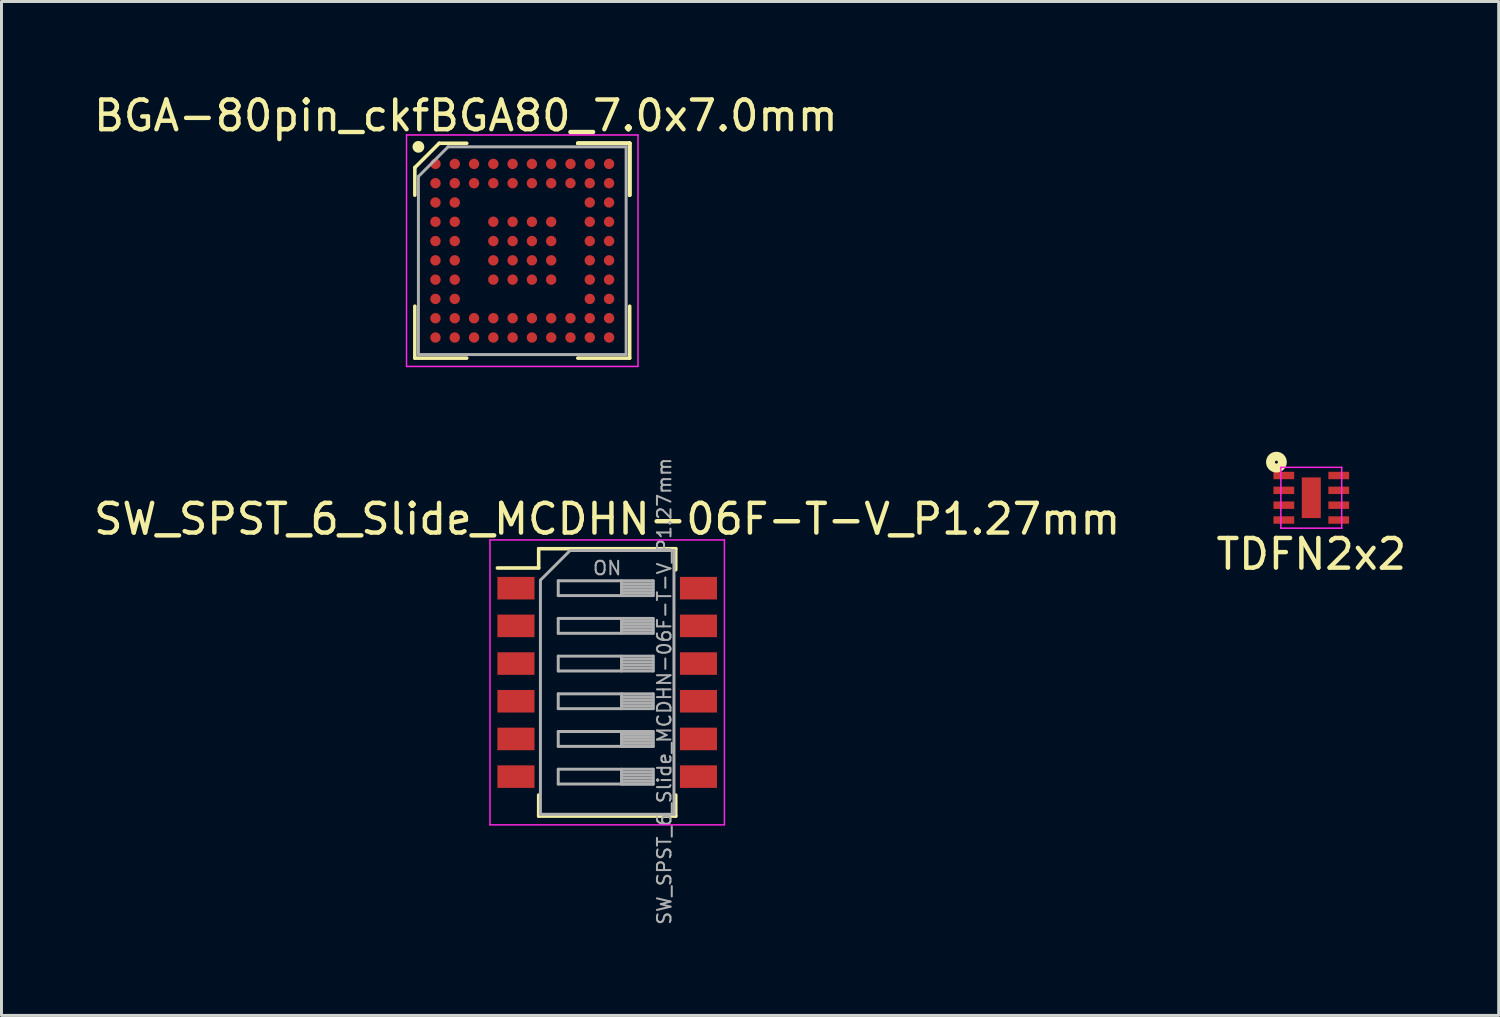
<source format=kicad_pcb>
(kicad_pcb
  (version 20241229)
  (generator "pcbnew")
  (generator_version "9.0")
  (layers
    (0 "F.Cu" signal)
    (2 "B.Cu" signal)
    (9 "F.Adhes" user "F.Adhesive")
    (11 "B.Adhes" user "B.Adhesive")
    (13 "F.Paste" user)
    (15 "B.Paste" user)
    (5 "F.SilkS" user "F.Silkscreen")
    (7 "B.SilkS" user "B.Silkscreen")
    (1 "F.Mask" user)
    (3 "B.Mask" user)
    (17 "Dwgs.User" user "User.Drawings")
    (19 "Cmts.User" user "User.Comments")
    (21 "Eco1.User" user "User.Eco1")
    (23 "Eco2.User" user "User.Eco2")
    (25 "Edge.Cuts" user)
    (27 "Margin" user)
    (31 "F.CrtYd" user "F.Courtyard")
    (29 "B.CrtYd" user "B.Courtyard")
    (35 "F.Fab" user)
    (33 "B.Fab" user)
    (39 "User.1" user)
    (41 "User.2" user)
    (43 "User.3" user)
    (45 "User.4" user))
  (footprint "SW_SPST_6_Slide_MCDHN-06F-T-V_P1.27mm"
    (layer "F.Cu")
    (at 17.411 19.945)
    (property "Reference" "SW_SPST_6_Slide_MCDHN-06F-T-V_P1.27mm" (at 0 -5.505 0) (layer "F.SilkS") (effects (font (size 1 1) (thickness 0.15))))
    (attr smd)
    (fp_line (start -3.7 -3.855) (end -2.309 -3.855) (stroke (width 0.12) (type solid)) (layer "F.SilkS"))
    (fp_line (start -2.309 -4.505) (end -2.309 -3.855) (stroke (width 0.12) (type solid)) (layer "F.SilkS"))
    (fp_line (start -2.309 -4.505) (end 2.31 -4.505) (stroke (width 0.12) (type solid)) (layer "F.SilkS"))
    (fp_line (start -2.309 3.795) (end -2.309 4.505) (stroke (width 0.12) (type solid)) (layer "F.SilkS"))
    (fp_line (start -2.309 4.505) (end 2.31 4.505) (stroke (width 0.12) (type solid)) (layer "F.SilkS"))
    (fp_line (start 2.31 -4.505) (end 2.31 -3.795) (stroke (width 0.12) (type solid)) (layer "F.SilkS"))
    (fp_line (start 2.31 3.795) (end 2.31 4.505) (stroke (width 0.12) (type solid)) (layer "F.SilkS"))
    (fp_line (start -3.95 -4.8) (end -3.95 4.8) (stroke (width 0.05) (type solid)) (layer "F.CrtYd"))
    (fp_line (start -3.95 4.8) (end 3.95 4.8) (stroke (width 0.05) (type solid)) (layer "F.CrtYd"))
    (fp_line (start 3.95 -4.8) (end -3.95 -4.8) (stroke (width 0.05) (type solid)) (layer "F.CrtYd"))
    (fp_line (start 3.95 4.8) (end 3.95 -4.8) (stroke (width 0.05) (type solid)) (layer "F.CrtYd"))
    (fp_line (start -2.25 -3.445) (end -1.25 -4.445) (stroke (width 0.1) (type solid)) (layer "F.Fab"))
    (fp_line (start -2.25 4.445) (end -2.25 -3.445) (stroke (width 0.1) (type solid)) (layer "F.Fab"))
    (fp_line (start -1.65 -3.425) (end 1.55 -3.425) (stroke (width 0.1) (type solid)) (layer "F.Fab"))
    (fp_line (start -1.65 -2.925) (end -1.65 -3.425) (stroke (width 0.1) (type solid)) (layer "F.Fab"))
    (fp_line (start -1.65 -2.155) (end 1.55 -2.155) (stroke (width 0.1) (type solid)) (layer "F.Fab"))
    (fp_line (start -1.65 -1.655) (end -1.65 -2.155) (stroke (width 0.1) (type solid)) (layer "F.Fab"))
    (fp_line (start -1.65 -0.885) (end 1.55 -0.885) (stroke (width 0.1) (type solid)) (layer "F.Fab"))
    (fp_line (start -1.65 -0.385) (end -1.65 -0.885) (stroke (width 0.1) (type solid)) (layer "F.Fab"))
    (fp_line (start -1.65 0.385) (end 1.55 0.385) (stroke (width 0.1) (type solid)) (layer "F.Fab"))
    (fp_line (start -1.65 0.885) (end -1.65 0.385) (stroke (width 0.1) (type solid)) (layer "F.Fab"))
    (fp_line (start -1.65 1.655) (end 1.55 1.655) (stroke (width 0.1) (type solid)) (layer "F.Fab"))
    (fp_line (start -1.65 2.155) (end -1.65 1.655) (stroke (width 0.1) (type solid)) (layer "F.Fab"))
    (fp_line (start -1.65 2.925) (end 1.55 2.925) (stroke (width 0.1) (type solid)) (layer "F.Fab"))
    (fp_line (start -1.65 3.425) (end -1.65 2.925) (stroke (width 0.1) (type solid)) (layer "F.Fab"))
    (fp_line (start -1.25 -4.445) (end 2.25 -4.445) (stroke (width 0.1) (type solid)) (layer "F.Fab"))
    (fp_line (start 0.483 -3.425) (end 0.483 -2.925) (stroke (width 0.1) (type solid)) (layer "F.Fab"))
    (fp_line (start 0.483 -2.155) (end 0.483 -1.655) (stroke (width 0.1) (type solid)) (layer "F.Fab"))
    (fp_line (start 0.483 -0.885) (end 0.483 -0.385) (stroke (width 0.1) (type solid)) (layer "F.Fab"))
    (fp_line (start 0.483 0.385) (end 0.483 0.885) (stroke (width 0.1) (type solid)) (layer "F.Fab"))
    (fp_line (start 0.483 1.655) (end 0.483 2.155) (stroke (width 0.1) (type solid)) (layer "F.Fab"))
    (fp_line (start 0.483 2.925) (end 0.483 3.425) (stroke (width 0.1) (type solid)) (layer "F.Fab"))
    (fp_line (start 1.55 -3.425) (end 1.55 -2.925) (stroke (width 0.1) (type solid)) (layer "F.Fab"))
    (fp_line (start 1.55 -3.325) (end 0.483 -3.325) (stroke (width 0.1) (type solid)) (layer "F.Fab"))
    (fp_line (start 1.55 -3.225) (end 0.483 -3.225) (stroke (width 0.1) (type solid)) (layer "F.Fab"))
    (fp_line (start 1.55 -3.125) (end 0.483 -3.125) (stroke (width 0.1) (type solid)) (layer "F.Fab"))
    (fp_line (start 1.55 -3.025) (end 0.483 -3.025) (stroke (width 0.1) (type solid)) (layer "F.Fab"))
    (fp_line (start 1.55 -2.925) (end -1.65 -2.925) (stroke (width 0.1) (type solid)) (layer "F.Fab"))
    (fp_line (start 1.55 -2.155) (end 1.55 -1.655) (stroke (width 0.1) (type solid)) (layer "F.Fab"))
    (fp_line (start 1.55 -2.055) (end 0.483 -2.055) (stroke (width 0.1) (type solid)) (layer "F.Fab"))
    (fp_line (start 1.55 -1.955) (end 0.483 -1.955) (stroke (width 0.1) (type solid)) (layer "F.Fab"))
    (fp_line (start 1.55 -1.855) (end 0.483 -1.855) (stroke (width 0.1) (type solid)) (layer "F.Fab"))
    (fp_line (start 1.55 -1.755) (end 0.483 -1.755) (stroke (width 0.1) (type solid)) (layer "F.Fab"))
    (fp_line (start 1.55 -1.655) (end -1.65 -1.655) (stroke (width 0.1) (type solid)) (layer "F.Fab"))
    (fp_line (start 1.55 -0.885) (end 1.55 -0.385) (stroke (width 0.1) (type solid)) (layer "F.Fab"))
    (fp_line (start 1.55 -0.785) (end 0.483 -0.785) (stroke (width 0.1) (type solid)) (layer "F.Fab"))
    (fp_line (start 1.55 -0.685) (end 0.483 -0.685) (stroke (width 0.1) (type solid)) (layer "F.Fab"))
    (fp_line (start 1.55 -0.585) (end 0.483 -0.585) (stroke (width 0.1) (type solid)) (layer "F.Fab"))
    (fp_line (start 1.55 -0.485) (end 0.483 -0.485) (stroke (width 0.1) (type solid)) (layer "F.Fab"))
    (fp_line (start 1.55 -0.385) (end -1.65 -0.385) (stroke (width 0.1) (type solid)) (layer "F.Fab"))
    (fp_line (start 1.55 0.385) (end 1.55 0.885) (stroke (width 0.1) (type solid)) (layer "F.Fab"))
    (fp_line (start 1.55 0.485) (end 0.483 0.485) (stroke (width 0.1) (type solid)) (layer "F.Fab"))
    (fp_line (start 1.55 0.585) (end 0.483 0.585) (stroke (width 0.1) (type solid)) (layer "F.Fab"))
    (fp_line (start 1.55 0.685) (end 0.483 0.685) (stroke (width 0.1) (type solid)) (layer "F.Fab"))
    (fp_line (start 1.55 0.785) (end 0.483 0.785) (stroke (width 0.1) (type solid)) (layer "F.Fab"))
    (fp_line (start 1.55 0.885) (end -1.65 0.885) (stroke (width 0.1) (type solid)) (layer "F.Fab"))
    (fp_line (start 1.55 1.655) (end 1.55 2.155) (stroke (width 0.1) (type solid)) (layer "F.Fab"))
    (fp_line (start 1.55 1.755) (end 0.483 1.755) (stroke (width 0.1) (type solid)) (layer "F.Fab"))
    (fp_line (start 1.55 1.855) (end 0.483 1.855) (stroke (width 0.1) (type solid)) (layer "F.Fab"))
    (fp_line (start 1.55 1.955) (end 0.483 1.955) (stroke (width 0.1) (type solid)) (layer "F.Fab"))
    (fp_line (start 1.55 2.055) (end 0.483 2.055) (stroke (width 0.1) (type solid)) (layer "F.Fab"))
    (fp_line (start 1.55 2.155) (end -1.65 2.155) (stroke (width 0.1) (type solid)) (layer "F.Fab"))
    (fp_line (start 1.55 2.155) (end 0.483 2.155) (stroke (width 0.1) (type solid)) (layer "F.Fab"))
    (fp_line (start 1.55 2.925) (end 1.55 3.425) (stroke (width 0.1) (type solid)) (layer "F.Fab"))
    (fp_line (start 1.55 3.025) (end 0.483 3.025) (stroke (width 0.1) (type solid)) (layer "F.Fab"))
    (fp_line (start 1.55 3.125) (end 0.483 3.125) (stroke (width 0.1) (type solid)) (layer "F.Fab"))
    (fp_line (start 1.55 3.225) (end 0.483 3.225) (stroke (width 0.1) (type solid)) (layer "F.Fab"))
    (fp_line (start 1.55 3.325) (end 0.483 3.325) (stroke (width 0.1) (type solid)) (layer "F.Fab"))
    (fp_line (start 1.55 3.425) (end -1.65 3.425) (stroke (width 0.1) (type solid)) (layer "F.Fab"))
    (fp_line (start 1.55 3.425) (end 0.483 3.425) (stroke (width 0.1) (type solid)) (layer "F.Fab"))
    (fp_line (start 2.25 -4.445) (end 2.25 4.445) (stroke (width 0.1) (type solid)) (layer "F.Fab"))
    (fp_line (start 2.25 4.445) (end -2.25 4.445) (stroke (width 0.1) (type solid)) (layer "F.Fab"))
    (fp_text user "${REFERENCE}" (at 1.925 0.3 90) (layer "F.Fab") (effects (font (size 0.455 0.455) (thickness 0.068))))
    (fp_text user "ON" (at 0 -3.85 0) (layer "F.Fab") (effects (font (size 0.455 0.455) (thickness 0.068))))
    (pad "1" smd rect (at -3.075 -3.175) (size 1.25 0.76) (layers "F.Cu" "F.Mask" "F.Paste"))
    (pad "2" smd rect (at -3.075 -1.905) (size 1.25 0.76) (layers "F.Cu" "F.Mask" "F.Paste"))
    (pad "3" smd rect (at -3.075 -0.635) (size 1.25 0.76) (layers "F.Cu" "F.Mask" "F.Paste"))
    (pad "4" smd rect (at -3.075 0.635) (size 1.25 0.76) (layers "F.Cu" "F.Mask" "F.Paste"))
    (pad "5" smd rect (at -3.075 1.905) (size 1.25 0.76) (layers "F.Cu" "F.Mask" "F.Paste"))
    (pad "6" smd rect (at -3.075 3.175) (size 1.25 0.76) (layers "F.Cu" "F.Mask" "F.Paste"))
    (pad "7" smd rect (at 3.075 3.175) (size 1.25 0.76) (layers "F.Cu" "F.Mask" "F.Paste"))
    (pad "8" smd rect (at 3.075 1.905) (size 1.25 0.76) (layers "F.Cu" "F.Mask" "F.Paste"))
    (pad "9" smd rect (at 3.075 0.635) (size 1.25 0.76) (layers "F.Cu" "F.Mask" "F.Paste"))
    (pad "10" smd rect (at 3.075 -0.635) (size 1.25 0.76) (layers "F.Cu" "F.Mask" "F.Paste"))
    (pad "11" smd rect (at 3.075 -1.905) (size 1.25 0.76) (layers "F.Cu" "F.Mask" "F.Paste"))
    (pad "12" smd rect (at 3.075 -3.175) (size 1.25 0.76) (layers "F.Cu" "F.Mask" "F.Paste")))
  (footprint "BGA-80pin_ckfBGA80_7.0x7.0mm"
    (layer "F.Cu")
    (at 14.549 5.398)
    (property "Reference" "BGA-80pin_ckfBGA80_7.0x7.0mm" (at -1.9 -4.55 0) (layer "F.SilkS") (effects (font (size 1 1) (thickness 0.15))))
    (attr smd)
    (fp_line (start -3.62 -2.8) (end -3.62 -1.87) (stroke (width 0.12) (type solid)) (layer "F.SilkS"))
    (fp_line (start -3.62 3.62) (end -3.62 1.87) (stroke (width 0.12) (type solid)) (layer "F.SilkS"))
    (fp_line (start -2.8 -3.62) (end -3.62 -2.8) (stroke (width 0.12) (type solid)) (layer "F.SilkS"))
    (fp_line (start -1.87 -3.62) (end -2.8 -3.62) (stroke (width 0.12) (type solid)) (layer "F.SilkS"))
    (fp_line (start -1.87 3.62) (end -3.62 3.62) (stroke (width 0.12) (type solid)) (layer "F.SilkS"))
    (fp_line (start 1.87 -3.62) (end 3.62 -3.62) (stroke (width 0.12) (type solid)) (layer "F.SilkS"))
    (fp_line (start 1.87 -3.62) (end 3.62 -3.62) (stroke (width 0.12) (type solid)) (layer "F.SilkS"))
    (fp_line (start 1.87 -3.62) (end 3.62 -3.62) (stroke (width 0.12) (type solid)) (layer "F.SilkS"))
    (fp_line (start 1.87 3.62) (end 3.62 3.62) (stroke (width 0.12) (type solid)) (layer "F.SilkS"))
    (fp_line (start 3.62 -3.62) (end 3.62 -1.87) (stroke (width 0.12) (type solid)) (layer "F.SilkS"))
    (fp_line (start 3.62 -3.62) (end 3.62 -1.87) (stroke (width 0.12) (type solid)) (layer "F.SilkS"))
    (fp_line (start 3.62 -3.62) (end 3.62 -1.87) (stroke (width 0.12) (type solid)) (layer "F.SilkS"))
    (fp_line (start 3.62 3.62) (end 3.62 1.87) (stroke (width 0.12) (type solid)) (layer "F.SilkS"))
    (fp_circle (center -3.5 -3.5) (end -3.5 -3.4) (stroke (width 0.2) (type solid)) (fill no) (layer "F.SilkS"))
    (fp_line (start -3.9 -3.9) (end 3.9 -3.9) (stroke (width 0.05) (type solid)) (layer "F.CrtYd"))
    (fp_line (start -3.9 3.9) (end -3.9 -3.9) (stroke (width 0.05) (type solid)) (layer "F.CrtYd"))
    (fp_line (start 3.9 -3.9) (end 3.9 3.9) (stroke (width 0.05) (type solid)) (layer "F.CrtYd"))
    (fp_line (start 3.9 3.9) (end -3.9 3.9) (stroke (width 0.05) (type solid)) (layer "F.CrtYd"))
    (fp_line (start -3.5 -2.5) (end -3.5 3.5) (stroke (width 0.1) (type solid)) (layer "F.Fab"))
    (fp_line (start -3.5 3.5) (end 3.5 3.5) (stroke (width 0.1) (type solid)) (layer "F.Fab"))
    (fp_line (start -2.5 -3.5) (end -3.5 -2.5) (stroke (width 0.1) (type solid)) (layer "F.Fab"))
    (fp_line (start 3.5 -3.5) (end -2.5 -3.5) (stroke (width 0.1) (type solid)) (layer "F.Fab"))
    (fp_line (start 3.5 3.5) (end 3.5 -3.5) (stroke (width 0.1) (type solid)) (layer "F.Fab"))
    (pad "A1" smd circle (at -2.925 -2.925) (size 0.35 0.35) (layers "F.Cu" "F.Mask" "F.Paste"))
    (pad "A2" smd circle (at -2.275 -2.925) (size 0.35 0.35) (layers "F.Cu" "F.Mask" "F.Paste"))
    (pad "A3" smd circle (at -1.625 -2.925) (size 0.35 0.35) (layers "F.Cu" "F.Mask" "F.Paste"))
    (pad "A4" smd circle (at -0.975 -2.925) (size 0.35 0.35) (layers "F.Cu" "F.Mask" "F.Paste"))
    (pad "A5" smd circle (at -0.325 -2.925) (size 0.35 0.35) (layers "F.Cu" "F.Mask" "F.Paste"))
    (pad "A6" smd circle (at 0.325 -2.925) (size 0.35 0.35) (layers "F.Cu" "F.Mask" "F.Paste"))
    (pad "A7" smd circle (at 0.975 -2.925) (size 0.35 0.35) (layers "F.Cu" "F.Mask" "F.Paste"))
    (pad "A8" smd circle (at 1.625 -2.925) (size 0.35 0.35) (layers "F.Cu" "F.Mask" "F.Paste"))
    (pad "A9" smd circle (at 2.275 -2.925) (size 0.35 0.35) (layers "F.Cu" "F.Mask" "F.Paste"))
    (pad "A10" smd circle (at 2.925 -2.925) (size 0.35 0.35) (layers "F.Cu" "F.Mask" "F.Paste"))
    (pad "B1" smd circle (at -2.925 -2.275) (size 0.35 0.35) (layers "F.Cu" "F.Mask" "F.Paste"))
    (pad "B2" smd circle (at -2.275 -2.275) (size 0.35 0.35) (layers "F.Cu" "F.Mask" "F.Paste"))
    (pad "B3" smd circle (at -1.625 -2.275) (size 0.35 0.35) (layers "F.Cu" "F.Mask" "F.Paste"))
    (pad "B4" smd circle (at -0.975 -2.275) (size 0.35 0.35) (layers "F.Cu" "F.Mask" "F.Paste"))
    (pad "B5" smd circle (at -0.325 -2.275) (size 0.35 0.35) (layers "F.Cu" "F.Mask" "F.Paste"))
    (pad "B6" smd circle (at 0.325 -2.275) (size 0.35 0.35) (layers "F.Cu" "F.Mask" "F.Paste"))
    (pad "B7" smd circle (at 0.975 -2.275) (size 0.35 0.35) (layers "F.Cu" "F.Mask" "F.Paste"))
    (pad "B8" smd circle (at 1.625 -2.275) (size 0.35 0.35) (layers "F.Cu" "F.Mask" "F.Paste"))
    (pad "B9" smd circle (at 2.275 -2.275) (size 0.35 0.35) (layers "F.Cu" "F.Mask" "F.Paste"))
    (pad "B10" smd circle (at 2.925 -2.275) (size 0.35 0.35) (layers "F.Cu" "F.Mask" "F.Paste"))
    (pad "C1" smd circle (at -2.925 -1.625) (size 0.35 0.35) (layers "F.Cu" "F.Mask" "F.Paste"))
    (pad "C2" smd circle (at -2.275 -1.625) (size 0.35 0.35) (layers "F.Cu" "F.Mask" "F.Paste"))
    (pad "C9" smd circle (at 2.275 -1.625) (size 0.35 0.35) (layers "F.Cu" "F.Mask" "F.Paste"))
    (pad "C10" smd circle (at 2.925 -1.625) (size 0.35 0.35) (layers "F.Cu" "F.Mask" "F.Paste"))
    (pad "D1" smd circle (at -2.925 -0.975) (size 0.35 0.35) (layers "F.Cu" "F.Mask" "F.Paste"))
    (pad "D2" smd circle (at -2.275 -0.975) (size 0.35 0.35) (layers "F.Cu" "F.Mask" "F.Paste"))
    (pad "D4" smd circle (at -0.975 -0.975) (size 0.35 0.35) (layers "F.Cu" "F.Mask" "F.Paste"))
    (pad "D5" smd circle (at -0.325 -0.975) (size 0.35 0.35) (layers "F.Cu" "F.Mask" "F.Paste"))
    (pad "D6" smd circle (at 0.325 -0.975) (size 0.35 0.35) (layers "F.Cu" "F.Mask" "F.Paste"))
    (pad "D7" smd circle (at 0.975 -0.975) (size 0.35 0.35) (layers "F.Cu" "F.Mask" "F.Paste"))
    (pad "D9" smd circle (at 2.275 -0.975) (size 0.35 0.35) (layers "F.Cu" "F.Mask" "F.Paste"))
    (pad "D10" smd circle (at 2.925 -0.975) (size 0.35 0.35) (layers "F.Cu" "F.Mask" "F.Paste"))
    (pad "E1" smd circle (at -2.925 -0.325) (size 0.35 0.35) (layers "F.Cu" "F.Mask" "F.Paste"))
    (pad "E2" smd circle (at -2.275 -0.325) (size 0.35 0.35) (layers "F.Cu" "F.Mask" "F.Paste"))
    (pad "E4" smd circle (at -0.975 -0.325) (size 0.35 0.35) (layers "F.Cu" "F.Mask" "F.Paste"))
    (pad "E5" smd circle (at -0.325 -0.325) (size 0.35 0.35) (layers "F.Cu" "F.Mask" "F.Paste"))
    (pad "E6" smd circle (at 0.325 -0.325) (size 0.35 0.35) (layers "F.Cu" "F.Mask" "F.Paste"))
    (pad "E7" smd circle (at 0.975 -0.325) (size 0.35 0.35) (layers "F.Cu" "F.Mask" "F.Paste"))
    (pad "E9" smd circle (at 2.275 -0.325) (size 0.35 0.35) (layers "F.Cu" "F.Mask" "F.Paste"))
    (pad "E10" smd circle (at 2.925 -0.325) (size 0.35 0.35) (layers "F.Cu" "F.Mask" "F.Paste"))
    (pad "F1" smd circle (at -2.925 0.325) (size 0.35 0.35) (layers "F.Cu" "F.Mask" "F.Paste"))
    (pad "F2" smd circle (at -2.275 0.325) (size 0.35 0.35) (layers "F.Cu" "F.Mask" "F.Paste"))
    (pad "F4" smd circle (at -0.975 0.325) (size 0.35 0.35) (layers "F.Cu" "F.Mask" "F.Paste"))
    (pad "F5" smd circle (at -0.325 0.325) (size 0.35 0.35) (layers "F.Cu" "F.Mask" "F.Paste"))
    (pad "F6" smd circle (at 0.325 0.325) (size 0.35 0.35) (layers "F.Cu" "F.Mask" "F.Paste"))
    (pad "F7" smd circle (at 0.975 0.325) (size 0.35 0.35) (layers "F.Cu" "F.Mask" "F.Paste"))
    (pad "F9" smd circle (at 2.275 0.325) (size 0.35 0.35) (layers "F.Cu" "F.Mask" "F.Paste"))
    (pad "F10" smd circle (at 2.925 0.325) (size 0.35 0.35) (layers "F.Cu" "F.Mask" "F.Paste"))
    (pad "G1" smd circle (at -2.925 0.975) (size 0.35 0.35) (layers "F.Cu" "F.Mask" "F.Paste"))
    (pad "G2" smd circle (at -2.275 0.975) (size 0.35 0.35) (layers "F.Cu" "F.Mask" "F.Paste"))
    (pad "G4" smd circle (at -0.975 0.975) (size 0.35 0.35) (layers "F.Cu" "F.Mask" "F.Paste"))
    (pad "G5" smd circle (at -0.325 0.975) (size 0.35 0.35) (layers "F.Cu" "F.Mask" "F.Paste"))
    (pad "G6" smd circle (at 0.325 0.975) (size 0.35 0.35) (layers "F.Cu" "F.Mask" "F.Paste"))
    (pad "G7" smd circle (at 0.975 0.975) (size 0.35 0.35) (layers "F.Cu" "F.Mask" "F.Paste"))
    (pad "G9" smd circle (at 2.275 0.975) (size 0.35 0.35) (layers "F.Cu" "F.Mask" "F.Paste"))
    (pad "G10" smd circle (at 2.925 0.975) (size 0.35 0.35) (layers "F.Cu" "F.Mask" "F.Paste"))
    (pad "H1" smd circle (at -2.925 1.625) (size 0.35 0.35) (layers "F.Cu" "F.Mask" "F.Paste"))
    (pad "H2" smd circle (at -2.275 1.625) (size 0.35 0.35) (layers "F.Cu" "F.Mask" "F.Paste"))
    (pad "H9" smd circle (at 2.275 1.625) (size 0.35 0.35) (layers "F.Cu" "F.Mask" "F.Paste"))
    (pad "H10" smd circle (at 2.925 1.625) (size 0.35 0.35) (layers "F.Cu" "F.Mask" "F.Paste"))
    (pad "J1" smd circle (at -2.925 2.275) (size 0.35 0.35) (layers "F.Cu" "F.Mask" "F.Paste"))
    (pad "J2" smd circle (at -2.275 2.275) (size 0.35 0.35) (layers "F.Cu" "F.Mask" "F.Paste"))
    (pad "J3" smd circle (at -1.625 2.275) (size 0.35 0.35) (layers "F.Cu" "F.Mask" "F.Paste"))
    (pad "J4" smd circle (at -0.975 2.275) (size 0.35 0.35) (layers "F.Cu" "F.Mask" "F.Paste"))
    (pad "J5" smd circle (at -0.325 2.275) (size 0.35 0.35) (layers "F.Cu" "F.Mask" "F.Paste"))
    (pad "J6" smd circle (at 0.325 2.275) (size 0.35 0.35) (layers "F.Cu" "F.Mask" "F.Paste"))
    (pad "J7" smd circle (at 0.975 2.275) (size 0.35 0.35) (layers "F.Cu" "F.Mask" "F.Paste"))
    (pad "J8" smd circle (at 1.625 2.275) (size 0.35 0.35) (layers "F.Cu" "F.Mask" "F.Paste"))
    (pad "J9" smd circle (at 2.275 2.275) (size 0.35 0.35) (layers "F.Cu" "F.Mask" "F.Paste"))
    (pad "J10" smd circle (at 2.925 2.275) (size 0.35 0.35) (layers "F.Cu" "F.Mask" "F.Paste"))
    (pad "K1" smd circle (at -2.925 2.925) (size 0.35 0.35) (layers "F.Cu" "F.Mask" "F.Paste"))
    (pad "K2" smd circle (at -2.275 2.925) (size 0.35 0.35) (layers "F.Cu" "F.Mask" "F.Paste"))
    (pad "K3" smd circle (at -1.625 2.925) (size 0.35 0.35) (layers "F.Cu" "F.Mask" "F.Paste"))
    (pad "K4" smd circle (at -0.975 2.925) (size 0.35 0.35) (layers "F.Cu" "F.Mask" "F.Paste"))
    (pad "K5" smd circle (at -0.325 2.925) (size 0.35 0.35) (layers "F.Cu" "F.Mask" "F.Paste"))
    (pad "K6" smd circle (at 0.325 2.925) (size 0.35 0.35) (layers "F.Cu" "F.Mask" "F.Paste"))
    (pad "K7" smd circle (at 0.975 2.925) (size 0.35 0.35) (layers "F.Cu" "F.Mask" "F.Paste"))
    (pad "K8" smd circle (at 1.625 2.925) (size 0.35 0.35) (layers "F.Cu" "F.Mask" "F.Paste"))
    (pad "K9" smd circle (at 2.275 2.925) (size 0.35 0.35) (layers "F.Cu" "F.Mask" "F.Paste"))
    (pad "K10" smd circle (at 2.925 2.925) (size 0.35 0.35) (layers "F.Cu" "F.Mask" "F.Paste")))
  (footprint "TDFN2x2"
    (layer "F.Cu")
    (at 41.137 13.673)
    (property "Reference" "TDFN2x2" (at 0 1.95 0) (layer "F.SilkS") (effects (font (size 1 1) (thickness 0.15))))
    (attr through_hole)
    (fp_circle (center -1.175 -1.15) (end -1.125 -1.15) (stroke (width 0.3) (type solid)) (fill no) (layer "F.SilkS"))
    (fp_line (start -1.025 -0.975) (end 1.025 -0.975) (stroke (width 0.05) (type solid)) (layer "F.CrtYd"))
    (fp_line (start -1.025 1.075) (end -1.025 -0.975) (stroke (width 0.05) (type solid)) (layer "F.CrtYd"))
    (fp_line (start 1.025 -0.975) (end 1.025 1.075) (stroke (width 0.05) (type solid)) (layer "F.CrtYd"))
    (fp_line (start 1.025 1.075) (end -1.025 1.075) (stroke (width 0.05) (type solid)) (layer "F.CrtYd"))
    (pad "1" smd rect (at -0.925 -0.7) (size 0.7 0.25) (layers "F.Cu" "F.Mask" "F.Paste"))
    (pad "2" smd rect (at -0.925 -0.2) (size 0.7 0.25) (layers "F.Cu" "F.Mask" "F.Paste"))
    (pad "3" smd rect (at -0.925 0.3) (size 0.7 0.25) (layers "F.Cu" "F.Mask" "F.Paste"))
    (pad "4" smd rect (at -0.925 0.8) (size 0.7 0.25) (layers "F.Cu" "F.Mask" "F.Paste"))
    (pad "5" smd rect (at 0.925 0.8) (size 0.7 0.25) (layers "F.Cu" "F.Mask" "F.Paste"))
    (pad "6" smd rect (at 0.925 0.3) (size 0.7 0.25) (layers "F.Cu" "F.Mask" "F.Paste"))
    (pad "7" smd rect (at 0.925 -0.2) (size 0.7 0.25) (layers "F.Cu" "F.Mask" "F.Paste"))
    (pad "8" smd rect (at 0.925 -0.7) (size 0.7 0.25) (layers "F.Cu" "F.Mask" "F.Paste"))
    (pad "~" smd custom (at 0 0.05) (size 0.64 1.37) (layers "F.Cu" "F.Mask" "F.Paste") (options (anchor rect)) (primitives)))
  (gr_rect
    (start -3 -3)
    (end 47.452 31.167)
    (stroke (width 0.1) (type default))
    (fill no)
    (layer "Edge.Cuts")))
</source>
